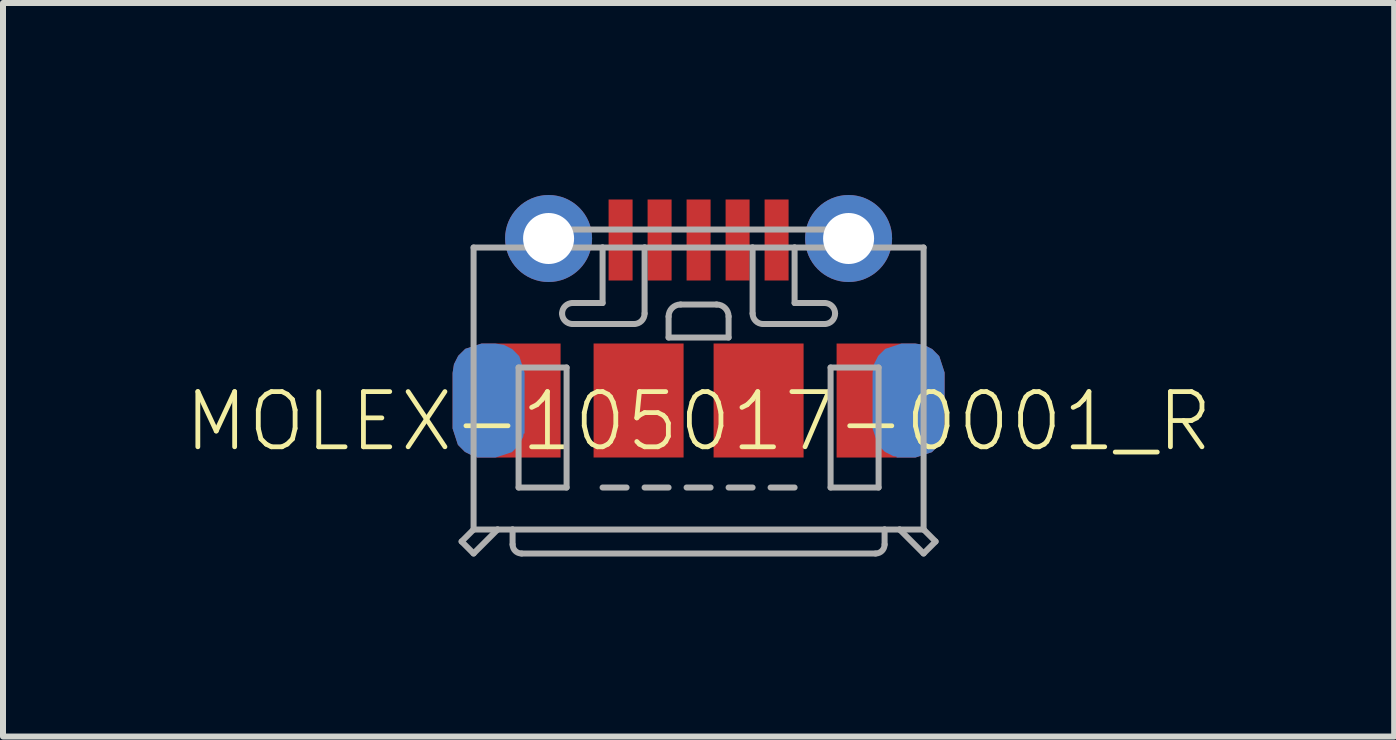
<source format=kicad_pcb>
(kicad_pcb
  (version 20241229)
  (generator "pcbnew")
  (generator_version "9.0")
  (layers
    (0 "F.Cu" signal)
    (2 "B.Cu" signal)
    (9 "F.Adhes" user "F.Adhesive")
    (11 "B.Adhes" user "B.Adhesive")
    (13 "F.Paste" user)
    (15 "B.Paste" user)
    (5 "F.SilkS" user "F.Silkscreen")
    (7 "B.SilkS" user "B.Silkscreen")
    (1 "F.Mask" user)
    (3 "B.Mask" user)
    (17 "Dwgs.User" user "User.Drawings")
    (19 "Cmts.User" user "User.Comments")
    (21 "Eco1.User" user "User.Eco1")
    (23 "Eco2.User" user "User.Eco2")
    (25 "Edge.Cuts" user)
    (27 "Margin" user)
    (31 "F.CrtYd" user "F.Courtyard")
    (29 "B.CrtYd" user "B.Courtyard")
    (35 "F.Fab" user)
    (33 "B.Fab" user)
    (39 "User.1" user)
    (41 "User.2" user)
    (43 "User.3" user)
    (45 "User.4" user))
  (footprint "MOLEX-105017-0001_R"
    (layer "F.Cu")
    (at 8.593 3.975)
    (property "Reference" "MOLEX-105017-0001_R" (at 0 0 0) (unlocked yes) (layer "F.SilkS") (effects (font (size 0.92 0.92) (thickness 0.08))))
    (fp_poly (pts (xy -2.3 0.6) (xy -3.7 0.6) (xy -3.7 0.585) (xy -3.755 0.577) (xy -3.895 0.506) (xy -4.011 0.389) (xy -4.1 0.116) (xy -4.1 -0.808) (xy -4.077 -0.955) (xy -4.006 -1.095) (xy -3.889 -1.211) (xy -3.616 -1.3) (xy -2.3 -1.3)) (stroke (width 0) (type default)) (fill yes) (layer "F.Cu"))
    (fp_poly (pts (xy 3.755 -1.277) (xy 3.895 -1.206) (xy 4.011 -1.089) (xy 4.1 -0.816) (xy 4.1 0.2) (xy 4.085 0.2) (xy 4.077 0.255) (xy 4.006 0.395) (xy 3.889 0.511) (xy 3.616 0.6) (xy 2.3 0.6) (xy 2.3 -1.3) (xy 3.608 -1.3)) (stroke (width 0) (type default)) (fill yes) (layer "F.Cu"))
    (fp_circle (center -2.5 -3.05) (end -2.038 -3.05) (stroke (width 0.925) (type solid)) (fill yes) (layer "F.Mask"))
    (fp_circle (center 2.5 -3.05) (end 2.962 -3.05) (stroke (width 0.925) (type solid)) (fill yes) (layer "F.Mask"))
    (fp_poly (pts (xy -2.5 -2.25) (xy 2.5 -2.25) (xy 2.5 -3.8) (xy -2.5 -3.8)) (stroke (width 0) (type default)) (fill yes) (layer "F.Mask"))
    (fp_poly (pts (xy -1.85 0.7) (xy -0.15 0.7) (xy -0.15 -1.4) (xy -1.85 -1.4)) (stroke (width 0) (type default)) (fill yes) (layer "F.Mask"))
    (fp_poly (pts (xy 0.15 0.7) (xy 1.85 0.7) (xy 1.85 -1.4) (xy 0.15 -1.4)) (stroke (width 0) (type default)) (fill yes) (layer "F.Mask"))
    (fp_poly (pts (xy -2.2 -1.241) (xy -2.2 0.541) (xy -2.359 0.7) (xy -3.506 0.7) (xy -3.507 0.713) (xy -3.607 0.7) (xy -3.7 0.7) (xy -3.7 0.688) (xy -3.756 0.68) (xy -3.9 0.62) (xy -4.025 0.525) (xy -4.124 0.395) (xy -4.2 0.113) (xy -4.2 -0.807) (xy -4.18 -0.956) (xy -4.12 -1.1) (xy -4.025 -1.225) (xy -3.895 -1.324) (xy -3.613 -1.4) (xy -2.359 -1.4)) (stroke (width 0) (type default)) (fill yes) (layer "F.Mask"))
    (fp_poly (pts (xy 3.756 -1.38) (xy 3.9 -1.32) (xy 4.025 -1.225) (xy 4.12 -1.1) (xy 4.18 -0.956) (xy 4.2 -0.807) (xy 4.2 0.006) (xy 4.213 0.007) (xy 4.2 0.107) (xy 4.2 0.2) (xy 4.188 0.2) (xy 4.18 0.256) (xy 4.12 0.4) (xy 4.025 0.525) (xy 3.9 0.62) (xy 3.756 0.68) (xy 3.607 0.7) (xy 2.359 0.7) (xy 2.2 0.541) (xy 2.2 -1.241) (xy 2.359 -1.4) (xy 3.607 -1.4)) (stroke (width 0) (type default)) (fill yes) (layer "F.Mask"))
    (fp_poly (pts (xy -3.245 -1.277) (xy -3.105 -1.206) (xy -2.989 -1.089) (xy -2.9 -0.816) (xy -2.9 0.2) (xy -2.915 0.2) (xy -2.923 0.255) (xy -2.994 0.395) (xy -3.111 0.511) (xy -3.384 0.6) (xy -3.7 0.6) (xy -3.7 0.585) (xy -3.755 0.577) (xy -3.895 0.506) (xy -4.011 0.389) (xy -4.1 0.116) (xy -4.1 -0.808) (xy -4.077 -0.955) (xy -4.006 -1.095) (xy -3.889 -1.211) (xy -3.616 -1.3) (xy -3.392 -1.3)) (stroke (width 0) (type default)) (fill yes) (layer "B.Cu"))
    (fp_poly (pts (xy 3.755 -1.277) (xy 3.895 -1.206) (xy 4.011 -1.089) (xy 4.1 -0.816) (xy 4.1 0.2) (xy 4.085 0.2) (xy 4.077 0.255) (xy 4.006 0.395) (xy 3.889 0.511) (xy 3.616 0.6) (xy 3.3 0.6) (xy 3.3 0.585) (xy 3.245 0.577) (xy 3.105 0.506) (xy 2.989 0.389) (xy 2.9 0.116) (xy 2.9 -0.808) (xy 2.923 -0.955) (xy 2.994 -1.095) (xy 3.111 -1.211) (xy 3.384 -1.3) (xy 3.608 -1.3)) (stroke (width 0) (type default)) (fill yes) (layer "B.Cu"))
    (fp_circle (center -2.5 -3.05) (end -2.038 -3.05) (stroke (width 0.925) (type solid)) (fill yes) (layer "B.Mask"))
    (fp_circle (center 2.5 -3.05) (end 2.962 -3.05) (stroke (width 0.925) (type solid)) (fill yes) (layer "B.Mask"))
    (fp_poly (pts (xy -3.244 -1.38) (xy -3.1 -1.32) (xy -2.975 -1.225) (xy -2.88 -1.1) (xy -2.82 -0.956) (xy -2.8 -0.807) (xy -2.8 0.107) (xy -2.82 0.256) (xy -2.88 0.4) (xy -2.975 0.525) (xy -3.1 0.62) (xy -3.244 0.68) (xy -3.3 0.688) (xy -3.3 0.7) (xy -3.393 0.7) (xy -3.493 0.713) (xy -3.494 0.7) (xy -3.613 0.7) (xy -3.895 0.624) (xy -4.025 0.525) (xy -4.12 0.4) (xy -4.18 0.256) (xy -4.188 0.2) (xy -4.2 0.2) (xy -4.2 0.107) (xy -4.213 0.007) (xy -4.2 0.006) (xy -4.2 -0.807) (xy -4.18 -0.956) (xy -4.12 -1.1) (xy -4.025 -1.225) (xy -3.9 -1.32) (xy -3.756 -1.38) (xy -3.607 -1.4) (xy -3.393 -1.4)) (stroke (width 0) (type default)) (fill yes) (layer "B.Mask"))
    (fp_poly (pts (xy 3.756 -1.38) (xy 3.9 -1.32) (xy 4.025 -1.225) (xy 4.12 -1.1) (xy 4.18 -0.956) (xy 4.2 -0.807) (xy 4.2 0.107) (xy 4.18 0.256) (xy 4.12 0.4) (xy 4.025 0.525) (xy 3.9 0.62) (xy 3.756 0.68) (xy 3.7 0.688) (xy 3.7 0.7) (xy 3.607 0.7) (xy 3.507 0.713) (xy 3.506 0.7) (xy 3.387 0.7) (xy 3.105 0.624) (xy 2.975 0.525) (xy 2.88 0.4) (xy 2.82 0.256) (xy 2.812 0.2) (xy 2.8 0.2) (xy 2.8 0.107) (xy 2.787 0.007) (xy 2.8 0.006) (xy 2.8 -0.807) (xy 2.82 -0.956) (xy 2.88 -1.1) (xy 2.975 -1.225) (xy 3.1 -1.32) (xy 3.244 -1.38) (xy 3.393 -1.4) (xy 3.607 -1.4)) (stroke (width 0) (type default)) (fill yes) (layer "B.Mask"))
    (fp_circle (center -2.5 -3.05) (end -2.138 -3.05) (stroke (width 0.725) (type solid)) (fill yes) (layer "F.Paste"))
    (fp_circle (center 2.5 -3.05) (end 2.862 -3.05) (stroke (width 0.725) (type solid)) (fill yes) (layer "F.Paste"))
    (fp_poly (pts (xy -2.3 0.6) (xy -3.7 0.6) (xy -3.7 0.585) (xy -3.755 0.577) (xy -3.895 0.506) (xy -4.011 0.389) (xy -4.1 0.116) (xy -4.1 -0.808) (xy -4.077 -0.955) (xy -4.006 -1.095) (xy -3.889 -1.211) (xy -3.616 -1.3) (xy -2.3 -1.3)) (stroke (width 0) (type default)) (fill yes) (layer "F.Paste"))
    (fp_poly (pts (xy 3.755 -1.277) (xy 3.895 -1.206) (xy 4.011 -1.089) (xy 4.1 -0.816) (xy 4.1 0.2) (xy 4.085 0.2) (xy 4.077 0.255) (xy 4.006 0.395) (xy 3.889 0.511) (xy 3.616 0.6) (xy 2.3 0.6) (xy 2.3 -1.3) (xy 3.608 -1.3)) (stroke (width 0) (type default)) (fill yes) (layer "F.Paste"))
    (fp_line (start -3.95 2) (end -3.75 2.2) (stroke (width 0.1) (type solid)) (layer "F.Fab"))
    (fp_line (start -3.75 -2.9) (end -3.75 1.8) (stroke (width 0.1) (type solid)) (layer "F.Fab"))
    (fp_line (start -3.75 1.8) (end -3.95 2) (stroke (width 0.1) (type solid)) (layer "F.Fab"))
    (fp_line (start -3.75 1.8) (end -3.35 1.8) (stroke (width 0.1) (type solid)) (layer "F.Fab"))
    (fp_line (start -3.75 2.2) (end -3.35 1.8) (stroke (width 0.1) (type solid)) (layer "F.Fab"))
    (fp_line (start -3.35 1.8) (end -3.1 1.8) (stroke (width 0.1) (type solid)) (layer "F.Fab"))
    (fp_line (start -3.1 1.8) (end -3.1 2.05) (stroke (width 0.1) (type solid)) (layer "F.Fab"))
    (fp_line (start -3.1 1.8) (end 3.1 1.8) (stroke (width 0.1) (type solid)) (layer "F.Fab"))
    (fp_line (start -3 -0.9) (end -2.2 -0.9) (stroke (width 0.1) (type solid)) (layer "F.Fab"))
    (fp_line (start -3 1.1) (end -3 -0.9) (stroke (width 0.1) (type solid)) (layer "F.Fab"))
    (fp_line (start -2.8 -3.2) (end -2.8 -2.9) (stroke (width 0.1) (type solid)) (layer "F.Fab"))
    (fp_line (start -2.8 -2.9) (end -3.75 -2.9) (stroke (width 0.1) (type solid)) (layer "F.Fab"))
    (fp_line (start -2.2 -0.9) (end -2.2 1.1) (stroke (width 0.1) (type solid)) (layer "F.Fab"))
    (fp_line (start -2.2 1.1) (end -3 1.1) (stroke (width 0.1) (type solid)) (layer "F.Fab"))
    (fp_line (start -2.1 -1.975) (end -1.6 -1.975) (stroke (width 0.1) (type solid)) (layer "F.Fab"))
    (fp_line (start -1.6 -2.9) (end -2.8 -2.9) (stroke (width 0.1) (type solid)) (layer "F.Fab"))
    (fp_line (start -1.6 -1.975) (end -1.6 -2.9) (stroke (width 0.1) (type solid)) (layer "F.Fab"))
    (fp_line (start -1.2 1.1) (end -1.6 1.1) (stroke (width 0.1) (type solid)) (layer "F.Fab"))
    (fp_line (start -1.075 -1.625) (end -2.1 -1.625) (stroke (width 0.1) (type solid)) (layer "F.Fab"))
    (fp_line (start -0.9 -2.9) (end -1.6 -2.9) (stroke (width 0.1) (type solid)) (layer "F.Fab"))
    (fp_line (start -0.9 -2.9) (end -0.9 -1.8) (stroke (width 0.1) (type solid)) (layer "F.Fab"))
    (fp_line (start -0.5 -1.75) (end -0.5 -1.4) (stroke (width 0.1) (type solid)) (layer "F.Fab"))
    (fp_line (start -0.5 -1.4) (end 0.5 -1.4) (stroke (width 0.1) (type solid)) (layer "F.Fab"))
    (fp_line (start -0.5 1.1) (end -0.9 1.1) (stroke (width 0.1) (type solid)) (layer "F.Fab"))
    (fp_line (start -0.3 -1.95) (end 0.3 -1.95) (stroke (width 0.1) (type solid)) (layer "F.Fab"))
    (fp_line (start 0.2 1.1) (end -0.2 1.1) (stroke (width 0.1) (type solid)) (layer "F.Fab"))
    (fp_line (start 0.5 -1.4) (end 0.5 -1.75) (stroke (width 0.1) (type solid)) (layer "F.Fab"))
    (fp_line (start 0.9 -2.9) (end -0.9 -2.9) (stroke (width 0.1) (type solid)) (layer "F.Fab"))
    (fp_line (start 0.9 -2.9) (end 0.9 -1.8) (stroke (width 0.1) (type solid)) (layer "F.Fab"))
    (fp_line (start 0.9 1.1) (end 0.5 1.1) (stroke (width 0.1) (type solid)) (layer "F.Fab"))
    (fp_line (start 1.075 -1.625) (end 2.1 -1.625) (stroke (width 0.1) (type solid)) (layer "F.Fab"))
    (fp_line (start 1.6 -2.9) (end 0.9 -2.9) (stroke (width 0.1) (type solid)) (layer "F.Fab"))
    (fp_line (start 1.6 -1.975) (end 1.6 -2.9) (stroke (width 0.1) (type solid)) (layer "F.Fab"))
    (fp_line (start 1.6 1.1) (end 1.2 1.1) (stroke (width 0.1) (type solid)) (layer "F.Fab"))
    (fp_line (start 2.1 -1.975) (end 1.6 -1.975) (stroke (width 0.1) (type solid)) (layer "F.Fab"))
    (fp_line (start 2.2 -0.9) (end 3 -0.9) (stroke (width 0.1) (type solid)) (layer "F.Fab"))
    (fp_line (start 2.2 1.1) (end 2.2 -0.9) (stroke (width 0.1) (type solid)) (layer "F.Fab"))
    (fp_line (start 2.8 -3.2) (end -2.8 -3.2) (stroke (width 0.1) (type solid)) (layer "F.Fab"))
    (fp_line (start 2.8 -3.2) (end 2.8 -2.9) (stroke (width 0.1) (type solid)) (layer "F.Fab"))
    (fp_line (start 2.8 -2.9) (end 1.6 -2.9) (stroke (width 0.1) (type solid)) (layer "F.Fab"))
    (fp_line (start 2.95 2.2) (end -2.95 2.2) (stroke (width 0.1) (type solid)) (layer "F.Fab"))
    (fp_line (start 3 -0.9) (end 3 1.1) (stroke (width 0.1) (type solid)) (layer "F.Fab"))
    (fp_line (start 3 1.1) (end 2.2 1.1) (stroke (width 0.1) (type solid)) (layer "F.Fab"))
    (fp_line (start 3.1 1.8) (end 3.1 2.05) (stroke (width 0.1) (type solid)) (layer "F.Fab"))
    (fp_line (start 3.35 1.8) (end 3.1 1.8) (stroke (width 0.1) (type solid)) (layer "F.Fab"))
    (fp_line (start 3.75 -2.9) (end 2.8 -2.9) (stroke (width 0.1) (type solid)) (layer "F.Fab"))
    (fp_line (start 3.75 1.8) (end 3.35 1.8) (stroke (width 0.1) (type solid)) (layer "F.Fab"))
    (fp_line (start 3.75 1.8) (end 3.75 -2.9) (stroke (width 0.1) (type solid)) (layer "F.Fab"))
    (fp_line (start 3.75 1.8) (end 3.95 2) (stroke (width 0.1) (type solid)) (layer "F.Fab"))
    (fp_line (start 3.75 2.2) (end 3.35 1.8) (stroke (width 0.1) (type solid)) (layer "F.Fab"))
    (fp_line (start 3.95 2) (end 3.75 2.2) (stroke (width 0.1) (type solid)) (layer "F.Fab"))
    (fp_arc (start -2.95 2.2) (mid -3.056066 2.156066) (end -3.1 2.05) (stroke (width 0.1) (type solid)) (layer "F.Fab"))
    (fp_arc (start -2.275 -1.8) (mid -2.223744 -1.923744) (end -2.1 -1.975) (stroke (width 0.1) (type solid)) (layer "F.Fab"))
    (fp_arc (start -2.1 -1.625) (mid -2.223744 -1.676256) (end -2.275 -1.8) (stroke (width 0.1) (type solid)) (layer "F.Fab"))
    (fp_arc (start -0.9 -1.8) (mid -0.951256 -1.676256) (end -1.075 -1.625) (stroke (width 0.1) (type solid)) (layer "F.Fab"))
    (fp_arc (start -0.5 -1.75) (mid -0.441421 -1.891421) (end -0.3 -1.95) (stroke (width 0.1) (type solid)) (layer "F.Fab"))
    (fp_arc (start 0.3 -1.95) (mid 0.441421 -1.891421) (end 0.5 -1.75) (stroke (width 0.1) (type solid)) (layer "F.Fab"))
    (fp_arc (start 1.075 -1.625) (mid 0.951256 -1.676256) (end 0.9 -1.8) (stroke (width 0.1) (type solid)) (layer "F.Fab"))
    (fp_arc (start 2.1 -1.975) (mid 2.223744 -1.923744) (end 2.275 -1.8) (stroke (width 0.1) (type solid)) (layer "F.Fab"))
    (fp_arc (start 2.275 -1.8) (mid 2.223744 -1.676256) (end 2.1 -1.625) (stroke (width 0.1) (type solid)) (layer "F.Fab"))
    (fp_arc (start 3.1 2.05) (mid 3.056066 2.156066) (end 2.95 2.2) (stroke (width 0.1) (type solid)) (layer "F.Fab"))
    (pad "1" smd rect (at -1.3 -3.025) (size 0.4 1.35) (layers "F.Cu" "F.Paste"))
    (pad "2" smd rect (at -0.65 -3.025) (size 0.4 1.35) (layers "F.Cu" "F.Paste"))
    (pad "3" smd rect (at 0 -3.025) (size 0.4 1.35) (layers "F.Cu" "F.Paste"))
    (pad "4" smd rect (at 0.65 -3.025) (size 0.4 1.35) (layers "F.Cu" "F.Paste"))
    (pad "5" smd rect (at 1.3 -3.025) (size 0.4 1.35) (layers "F.Cu" "F.Paste"))
    (pad "S1" smd roundrect (at -3.5 -0.35) (size 0.8 1.5) (layers "F.Cu") (roundrect_rratio 0.5))
    (pad "S2" smd rect (at -1 -0.35) (size 1.5 1.9) (layers "F.Cu" "F.Paste"))
    (pad "S3" smd rect (at 1 -0.35) (size 1.5 1.9) (layers "F.Cu" "F.Paste"))
    (pad "S4" smd roundrect (at 3.5 -0.35) (size 0.8 1.5) (layers "F.Cu") (roundrect_rratio 0.25))
    (pad "S5" thru_hole circle (at -2.5 -3.05) (size 1.45 1.45) (drill 0.85) (layers "*.Cu"))
    (pad "S6" thru_hole circle (at 2.5 -3.05) (size 1.45 1.45) (drill 0.85) (layers "*.Cu")))
  (gr_rect
    (start -3 -3)
    (end 20.186 9.225)
    (stroke (width 0.1) (type default))
    (fill no)
    (layer "Edge.Cuts")))
</source>
